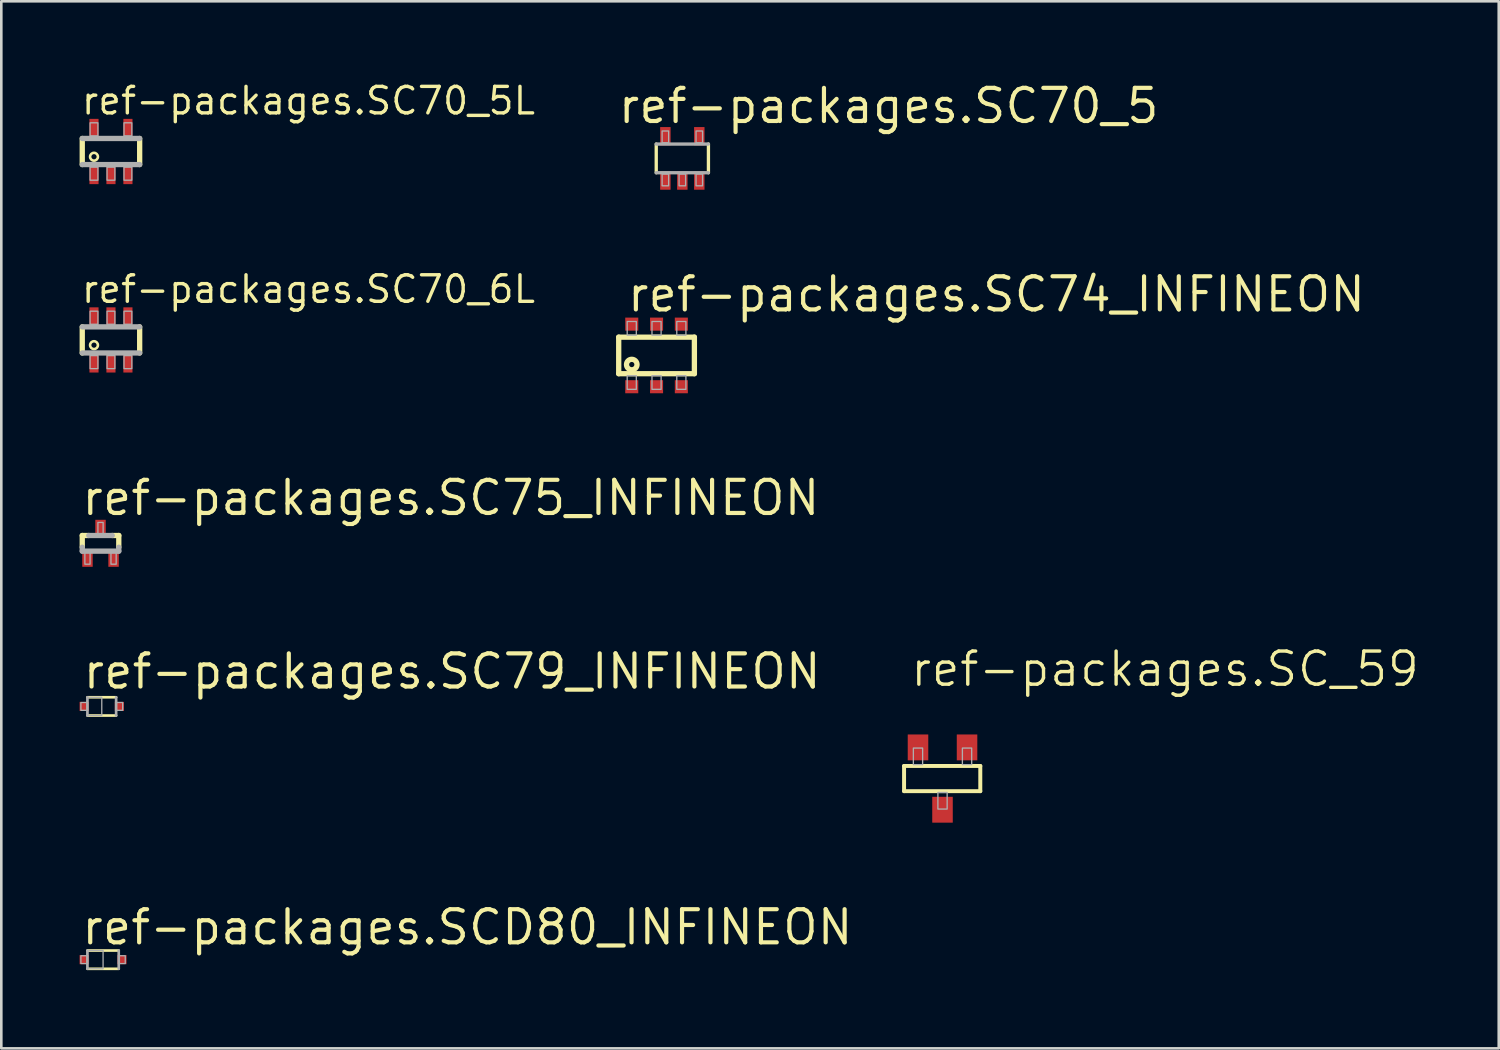
<source format=kicad_pcb>
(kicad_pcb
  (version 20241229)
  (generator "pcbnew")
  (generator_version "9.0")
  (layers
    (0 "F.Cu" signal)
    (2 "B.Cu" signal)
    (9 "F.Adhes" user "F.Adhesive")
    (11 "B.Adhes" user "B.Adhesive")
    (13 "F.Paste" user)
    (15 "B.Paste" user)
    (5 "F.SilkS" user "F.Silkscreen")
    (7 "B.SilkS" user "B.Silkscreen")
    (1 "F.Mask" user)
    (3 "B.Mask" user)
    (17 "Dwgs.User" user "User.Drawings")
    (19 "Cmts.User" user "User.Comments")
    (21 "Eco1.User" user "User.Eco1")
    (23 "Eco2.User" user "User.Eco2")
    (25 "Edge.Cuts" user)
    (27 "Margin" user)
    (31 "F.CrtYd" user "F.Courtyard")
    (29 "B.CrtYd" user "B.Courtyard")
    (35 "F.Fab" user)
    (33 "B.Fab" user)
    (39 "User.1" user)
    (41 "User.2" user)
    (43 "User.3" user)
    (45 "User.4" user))
  (footprint "ref-packages.SC70_5L"
    (layer "F.Cu")
    (at 1.202 2.756)
    (property "Reference" "ref-packages.SC70_5L" (at -1.2 -1.35 0) (layer "F.SilkS") (effects (font (size 1.016 1.016) (thickness 0.13)) (justify left bottom)))
    (attr smd)
    (fp_line (start -1.1 0.5) (end -1.1 -0.5) (stroke (width 0.203) (type default)) (layer "F.SilkS"))
    (fp_line (start 1.1 -0.5) (end 1.1 0.5) (stroke (width 0.203) (type default)) (layer "F.SilkS"))
    (fp_circle (center -0.65 0.2) (end -0.5 0.2) (stroke (width 0.1) (type default)) (fill no) (layer "F.SilkS"))
    (fp_line (start -1.1 -0.5) (end 1.1 -0.5) (stroke (width 0.203) (type default)) (layer "F.Fab"))
    (fp_line (start 1.1 0.5) (end -1.1 0.5) (stroke (width 0.203) (type default)) (layer "F.Fab"))
    (fp_rect (start -0.8 -0.6) (end -0.5 -1.1) (stroke (width 0.05) (type default)) (fill no) (layer "F.Fab"))
    (fp_rect (start -0.8 1.1) (end -0.5 0.6) (stroke (width 0.05) (type default)) (fill no) (layer "F.Fab"))
    (fp_rect (start -0.15 1.1) (end 0.15 0.6) (stroke (width 0.05) (type default)) (fill no) (layer "F.Fab"))
    (fp_rect (start 0.5 -0.6) (end 0.8 -1.1) (stroke (width 0.05) (type default)) (fill no) (layer "F.Fab"))
    (fp_rect (start 0.5 1.1) (end 0.8 0.6) (stroke (width 0.05) (type default)) (fill no) (layer "F.Fab"))
    (pad "1" smd roundrect (at -0.65 0.85) (size 0.35 0.8) (layers "F.Cu" "F.Mask" "F.Paste") (roundrect_rratio 0.01))
    (pad "2" smd roundrect (at 0 0.85) (size 0.35 0.8) (layers "F.Cu" "F.Mask" "F.Paste") (roundrect_rratio 0.01))
    (pad "3" smd roundrect (at 0.65 0.85) (size 0.35 0.8) (layers "F.Cu" "F.Mask" "F.Paste") (roundrect_rratio 0.01))
    (pad "4" smd roundrect (at 0.65 -0.85) (size 0.35 0.8) (layers "F.Cu" "F.Mask" "F.Paste") (roundrect_rratio 0.01))
    (pad "5" smd roundrect (at -0.65 -0.85) (size 0.35 0.8) (layers "F.Cu" "F.Mask" "F.Paste") (roundrect_rratio 0.01)))
  (footprint "ref-packages.SC_59"
    (layer "F.Cu")
    (at 33.042 26.759)
    (property "Reference" "ref-packages.SC_59" (at -1.27 -3.429 0) (layer "F.SilkS") (effects (font (size 1.27 1.27) (thickness 0.13)) (justify left bottom)))
    (attr smd)
    (fp_line (start -1.448 -0.457) (end -1.448 0.508) (stroke (width 0.152) (type default)) (layer "F.SilkS"))
    (fp_line (start -1.448 -0.457) (end 1.473 -0.457) (stroke (width 0.152) (type default)) (layer "F.SilkS"))
    (fp_line (start 1.473 0.508) (end -1.448 0.508) (stroke (width 0.152) (type default)) (layer "F.SilkS"))
    (fp_line (start 1.473 0.508) (end 1.473 -0.457) (stroke (width 0.152) (type default)) (layer "F.SilkS"))
    (fp_rect (start -1.092 -0.508) (end -0.737 -1.143) (stroke (width 0.05) (type default)) (fill no) (layer "F.Fab"))
    (fp_rect (start -0.152 1.194) (end 0.203 0.559) (stroke (width 0.05) (type default)) (fill no) (layer "F.Fab"))
    (fp_rect (start 0.787 -0.508) (end 1.143 -1.143) (stroke (width 0.05) (type default)) (fill no) (layer "F.Fab"))
    (pad "1" smd roundrect (at -0.914 -1.168) (size 0.787 0.991) (layers "F.Cu" "F.Mask" "F.Paste") (roundrect_rratio 0.01))
    (pad "2" smd roundrect (at 0.965 -1.168) (size 0.787 0.991) (layers "F.Cu" "F.Mask" "F.Paste") (roundrect_rratio 0.01))
    (pad "3" smd roundrect (at 0.025 1.219) (size 0.787 0.991) (layers "F.Cu" "F.Mask" "F.Paste") (roundrect_rratio 0.01)))
  (footprint "ref-packages.SC75_INFINEON"
    (layer "F.Cu")
    (at 0.802 17.77)
    (property "Reference" "ref-packages.SC75_INFINEON" (at -0.8 -1 0) (layer "F.SilkS") (effects (font (size 1.27 1.27) (thickness 0.16)) (justify left bottom)))
    (attr smd)
    (fp_line (start -0.7 -0.3) (end -0.45 -0.3) (stroke (width 0.203) (type default)) (layer "F.SilkS"))
    (fp_line (start -0.7 0.15) (end -0.7 -0.3) (stroke (width 0.203) (type default)) (layer "F.SilkS"))
    (fp_line (start 0.45 -0.3) (end 0.7 -0.3) (stroke (width 0.203) (type default)) (layer "F.SilkS"))
    (fp_line (start 0.7 -0.3) (end 0.7 0.15) (stroke (width 0.203) (type default)) (layer "F.SilkS"))
    (fp_line (start -0.7 0.3) (end -0.7 0.15) (stroke (width 0.203) (type default)) (layer "F.Fab"))
    (fp_line (start -0.45 -0.3) (end 0.45 -0.3) (stroke (width 0.203) (type default)) (layer "F.Fab"))
    (fp_line (start 0.7 0.15) (end 0.7 0.3) (stroke (width 0.203) (type default)) (layer "F.Fab"))
    (fp_line (start 0.7 0.3) (end -0.7 0.3) (stroke (width 0.203) (type default)) (layer "F.Fab"))
    (fp_rect (start -0.6 0.8) (end -0.4 0.35) (stroke (width 0.05) (type default)) (fill no) (layer "F.Fab"))
    (fp_rect (start -0.1 -0.35) (end 0.1 -0.8) (stroke (width 0.05) (type default)) (fill no) (layer "F.Fab"))
    (fp_rect (start 0.4 0.8) (end 0.6 0.35) (stroke (width 0.05) (type default)) (fill no) (layer "F.Fab"))
    (pad "1" smd roundrect (at -0.5 0.575) (size 0.4 0.65) (layers "F.Cu" "F.Mask" "F.Paste") (roundrect_rratio 0.01))
    (pad "2" smd roundrect (at 0 -0.575) (size 0.4 0.65) (layers "F.Cu" "F.Mask" "F.Paste") (roundrect_rratio 0.01))
    (pad "3" smd roundrect (at 0.5 0.575) (size 0.4 0.65) (layers "F.Cu" "F.Mask" "F.Paste") (roundrect_rratio 0.01)))
  (footprint "ref-packages.SC74_INFINEON"
    (layer "F.Cu")
    (at 22.109 10.57)
    (property "Reference" "ref-packages.SC74_INFINEON" (at -1.2 -1.6 0) (layer "F.SilkS") (effects (font (size 1.27 1.27) (thickness 0.16)) (justify left bottom)))
    (attr smd)
    (fp_line (start -1.45 -0.7) (end -1.45 0.7) (stroke (width 0.203) (type default)) (layer "F.SilkS"))
    (fp_line (start -1.45 0.7) (end 1.45 0.7) (stroke (width 0.203) (type default)) (layer "F.SilkS"))
    (fp_line (start 1.45 -0.7) (end -1.45 -0.7) (stroke (width 0.203) (type default)) (layer "F.SilkS"))
    (fp_line (start 1.45 0.7) (end 1.45 -0.7) (stroke (width 0.203) (type default)) (layer "F.SilkS"))
    (fp_circle (center -0.95 0.35) (end -0.85 0.35) (stroke (width 0.203) (type default)) (fill no) (layer "F.SilkS"))
    (fp_rect (start -1.125 -0.775) (end -0.775 -1.3) (stroke (width 0.05) (type default)) (fill no) (layer "F.Fab"))
    (fp_rect (start -1.125 1.3) (end -0.775 0.775) (stroke (width 0.05) (type default)) (fill no) (layer "F.Fab"))
    (fp_rect (start -0.175 -0.775) (end 0.175 -1.3) (stroke (width 0.05) (type default)) (fill no) (layer "F.Fab"))
    (fp_rect (start -0.175 1.3) (end 0.175 0.775) (stroke (width 0.05) (type default)) (fill no) (layer "F.Fab"))
    (fp_rect (start 0.775 -0.775) (end 1.125 -1.3) (stroke (width 0.05) (type default)) (fill no) (layer "F.Fab"))
    (fp_rect (start 0.775 1.3) (end 1.125 0.775) (stroke (width 0.05) (type default)) (fill no) (layer "F.Fab"))
    (pad "1" smd roundrect (at -0.95 1.2) (size 0.5 0.5) (layers "F.Cu" "F.Mask" "F.Paste") (roundrect_rratio 0.01))
    (pad "2" smd roundrect (at 0 1.2) (size 0.5 0.5) (layers "F.Cu" "F.Mask" "F.Paste") (roundrect_rratio 0.01))
    (pad "3" smd roundrect (at 0.95 1.2) (size 0.5 0.5) (layers "F.Cu" "F.Mask" "F.Paste") (roundrect_rratio 0.01))
    (pad "4" smd roundrect (at 0.95 -1.2) (size 0.5 0.5) (layers "F.Cu" "F.Mask" "F.Paste") (roundrect_rratio 0.01))
    (pad "5" smd roundrect (at 0 -1.2) (size 0.5 0.5) (layers "F.Cu" "F.Mask" "F.Paste") (roundrect_rratio 0.01))
    (pad "6" smd roundrect (at -0.95 -1.2) (size 0.5 0.5) (layers "F.Cu" "F.Mask" "F.Paste") (roundrect_rratio 0.01)))
  (footprint "ref-packages.SC79_INFINEON"
    (layer "F.Cu")
    (at 0.85 24.02)
    (property "Reference" "ref-packages.SC79_INFINEON" (at -0.8 -0.6 0) (layer "F.SilkS") (effects (font (size 1.27 1.27) (thickness 0.16)) (justify left bottom)))
    (attr smd)
    (fp_line (start -0.55 -0.35) (end 0.55 -0.35) (stroke (width 0.102) (type default)) (layer "F.SilkS"))
    (fp_line (start 0.55 0.35) (end -0.55 0.35) (stroke (width 0.102) (type default)) (layer "F.SilkS"))
    (fp_line (start -0.55 0.35) (end -0.55 -0.35) (stroke (width 0.102) (type default)) (layer "F.Fab"))
    (fp_line (start 0.55 -0.35) (end 0.55 0.35) (stroke (width 0.102) (type default)) (layer "F.Fab"))
    (fp_rect (start -0.8 0.15) (end -0.55 -0.15) (stroke (width 0.05) (type default)) (fill no) (layer "F.Fab"))
    (fp_rect (start -0.55 0.35) (end 0 -0.35) (stroke (width 0.05) (type default)) (fill no) (layer "F.Fab"))
    (fp_rect (start 0.55 0.15) (end 0.8 -0.15) (stroke (width 0.05) (type default)) (fill no) (layer "F.Fab"))
    (pad "A" smd roundrect (at 0.675 0) (size 0.35 0.35) (layers "F.Cu" "F.Mask" "F.Paste") (roundrect_rratio 0.01))
    (pad "C" smd roundrect (at -0.675 0) (size 0.35 0.35) (layers "F.Cu" "F.Mask" "F.Paste") (roundrect_rratio 0.01)))
  (footprint "ref-packages.SCD80_INFINEON"
    (layer "F.Cu")
    (at 0.9 33.724)
    (property "Reference" "ref-packages.SCD80_INFINEON" (at -0.9 -0.5 0) (layer "F.SilkS") (effects (font (size 1.27 1.27) (thickness 0.16)) (justify left bottom)))
    (attr smd)
    (fp_line (start -0.6 0.35) (end 0.6 0.35) (stroke (width 0.102) (type default)) (layer "F.SilkS"))
    (fp_line (start 0.6 -0.35) (end -0.6 -0.35) (stroke (width 0.102) (type default)) (layer "F.SilkS"))
    (fp_line (start -0.6 -0.35) (end -0.6 0.35) (stroke (width 0.102) (type default)) (layer "F.Fab"))
    (fp_line (start 0.6 0.35) (end 0.6 -0.35) (stroke (width 0.102) (type default)) (layer "F.Fab"))
    (fp_rect (start -0.85 0.15) (end -0.6 -0.15) (stroke (width 0.05) (type default)) (fill no) (layer "F.Fab"))
    (fp_rect (start -0.6 0.35) (end 0 -0.35) (stroke (width 0.05) (type default)) (fill no) (layer "F.Fab"))
    (fp_rect (start 0.6 0.15) (end 0.85 -0.15) (stroke (width 0.05) (type default)) (fill no) (layer "F.Fab"))
    (pad "A" smd roundrect (at 0.725 0) (size 0.35 0.35) (layers "F.Cu" "F.Mask" "F.Paste") (roundrect_rratio 0.01))
    (pad "C" smd roundrect (at -0.725 0) (size 0.35 0.35) (layers "F.Cu" "F.Mask" "F.Paste") (roundrect_rratio 0.01)))
  (footprint "ref-packages.SC70_5"
    (layer "F.Cu")
    (at 23.097 3.02)
    (property "Reference" "ref-packages.SC70_5" (at -2.54 -1.27 0) (layer "F.SilkS") (effects (font (size 1.27 1.27) (thickness 0.16)) (justify left bottom)))
    (attr smd)
    (fp_line (start -1 -0.55) (end -1 0.55) (stroke (width 0.127) (type default)) (layer "F.SilkS"))
    (fp_line (start 1 0.55) (end 1 -0.55) (stroke (width 0.127) (type default)) (layer "F.SilkS"))
    (fp_line (start -1 0.55) (end 1 0.55) (stroke (width 0.127) (type default)) (layer "F.Fab"))
    (fp_line (start 1 -0.55) (end -1 -0.55) (stroke (width 0.127) (type default)) (layer "F.Fab"))
    (fp_rect (start -0.775 -0.6) (end -0.525 -1.05) (stroke (width 0.05) (type default)) (fill no) (layer "F.Fab"))
    (fp_rect (start -0.775 1.05) (end -0.525 0.6) (stroke (width 0.05) (type default)) (fill no) (layer "F.Fab"))
    (fp_rect (start -0.125 1.05) (end 0.125 0.6) (stroke (width 0.05) (type default)) (fill no) (layer "F.Fab"))
    (fp_rect (start 0.525 -0.6) (end 0.775 -1.05) (stroke (width 0.05) (type default)) (fill no) (layer "F.Fab"))
    (fp_rect (start 0.525 1.05) (end 0.775 0.6) (stroke (width 0.05) (type default)) (fill no) (layer "F.Fab"))
    (pad "1" smd roundrect (at -0.65 0.85) (size 0.4 0.7) (layers "F.Cu" "F.Mask" "F.Paste") (roundrect_rratio 0.01))
    (pad "2" smd roundrect (at 0 0.85) (size 0.4 0.7) (layers "F.Cu" "F.Mask" "F.Paste") (roundrect_rratio 0.01))
    (pad "3" smd roundrect (at 0.65 0.85) (size 0.4 0.7) (layers "F.Cu" "F.Mask" "F.Paste") (roundrect_rratio 0.01))
    (pad "4" smd roundrect (at 0.65 -0.85) (size 0.4 0.7) (layers "F.Cu" "F.Mask" "F.Paste") (roundrect_rratio 0.01))
    (pad "5" smd roundrect (at -0.65 -0.85) (size 0.4 0.7) (layers "F.Cu" "F.Mask" "F.Paste") (roundrect_rratio 0.01)))
  (footprint "ref-packages.SC70_6L"
    (layer "F.Cu")
    (at 1.202 9.976)
    (property "Reference" "ref-packages.SC70_6L" (at -1.2 -1.35 0) (layer "F.SilkS") (effects (font (size 1.016 1.016) (thickness 0.13)) (justify left bottom)))
    (attr smd)
    (fp_line (start -1.1 0.5) (end -1.1 -0.5) (stroke (width 0.203) (type default)) (layer "F.SilkS"))
    (fp_line (start 1.1 -0.5) (end 1.1 0.5) (stroke (width 0.203) (type default)) (layer "F.SilkS"))
    (fp_circle (center -0.65 0.2) (end -0.5 0.2) (stroke (width 0.1) (type default)) (fill no) (layer "F.SilkS"))
    (fp_line (start -1.1 -0.5) (end 1.1 -0.5) (stroke (width 0.203) (type default)) (layer "F.Fab"))
    (fp_line (start 1.1 0.5) (end -1.1 0.5) (stroke (width 0.203) (type default)) (layer "F.Fab"))
    (fp_rect (start -0.8 -0.6) (end -0.5 -1.1) (stroke (width 0.05) (type default)) (fill no) (layer "F.Fab"))
    (fp_rect (start -0.8 1.1) (end -0.5 0.6) (stroke (width 0.05) (type default)) (fill no) (layer "F.Fab"))
    (fp_rect (start -0.15 -0.6) (end 0.15 -1.1) (stroke (width 0.05) (type default)) (fill no) (layer "F.Fab"))
    (fp_rect (start -0.15 1.1) (end 0.15 0.6) (stroke (width 0.05) (type default)) (fill no) (layer "F.Fab"))
    (fp_rect (start 0.5 -0.6) (end 0.8 -1.1) (stroke (width 0.05) (type default)) (fill no) (layer "F.Fab"))
    (fp_rect (start 0.5 1.1) (end 0.8 0.6) (stroke (width 0.05) (type default)) (fill no) (layer "F.Fab"))
    (pad "1" smd roundrect (at -0.65 0.85) (size 0.35 0.8) (layers "F.Cu" "F.Mask" "F.Paste") (roundrect_rratio 0.01))
    (pad "2" smd roundrect (at 0 0.85) (size 0.35 0.8) (layers "F.Cu" "F.Mask" "F.Paste") (roundrect_rratio 0.01))
    (pad "3" smd roundrect (at 0.65 0.85) (size 0.35 0.8) (layers "F.Cu" "F.Mask" "F.Paste") (roundrect_rratio 0.01))
    (pad "4" smd roundrect (at 0.65 -0.85) (size 0.35 0.8) (layers "F.Cu" "F.Mask" "F.Paste") (roundrect_rratio 0.01))
    (pad "5" smd roundrect (at 0 -0.85) (size 0.35 0.8) (layers "F.Cu" "F.Mask" "F.Paste") (roundrect_rratio 0.01))
    (pad "6" smd roundrect (at -0.65 -0.85) (size 0.35 0.8) (layers "F.Cu" "F.Mask" "F.Paste") (roundrect_rratio 0.01)))
  (gr_rect
    (start -3 -3)
    (end 54.382 37.124)
    (stroke (width 0.1) (type default))
    (fill no)
    (layer "Edge.Cuts")))
</source>
